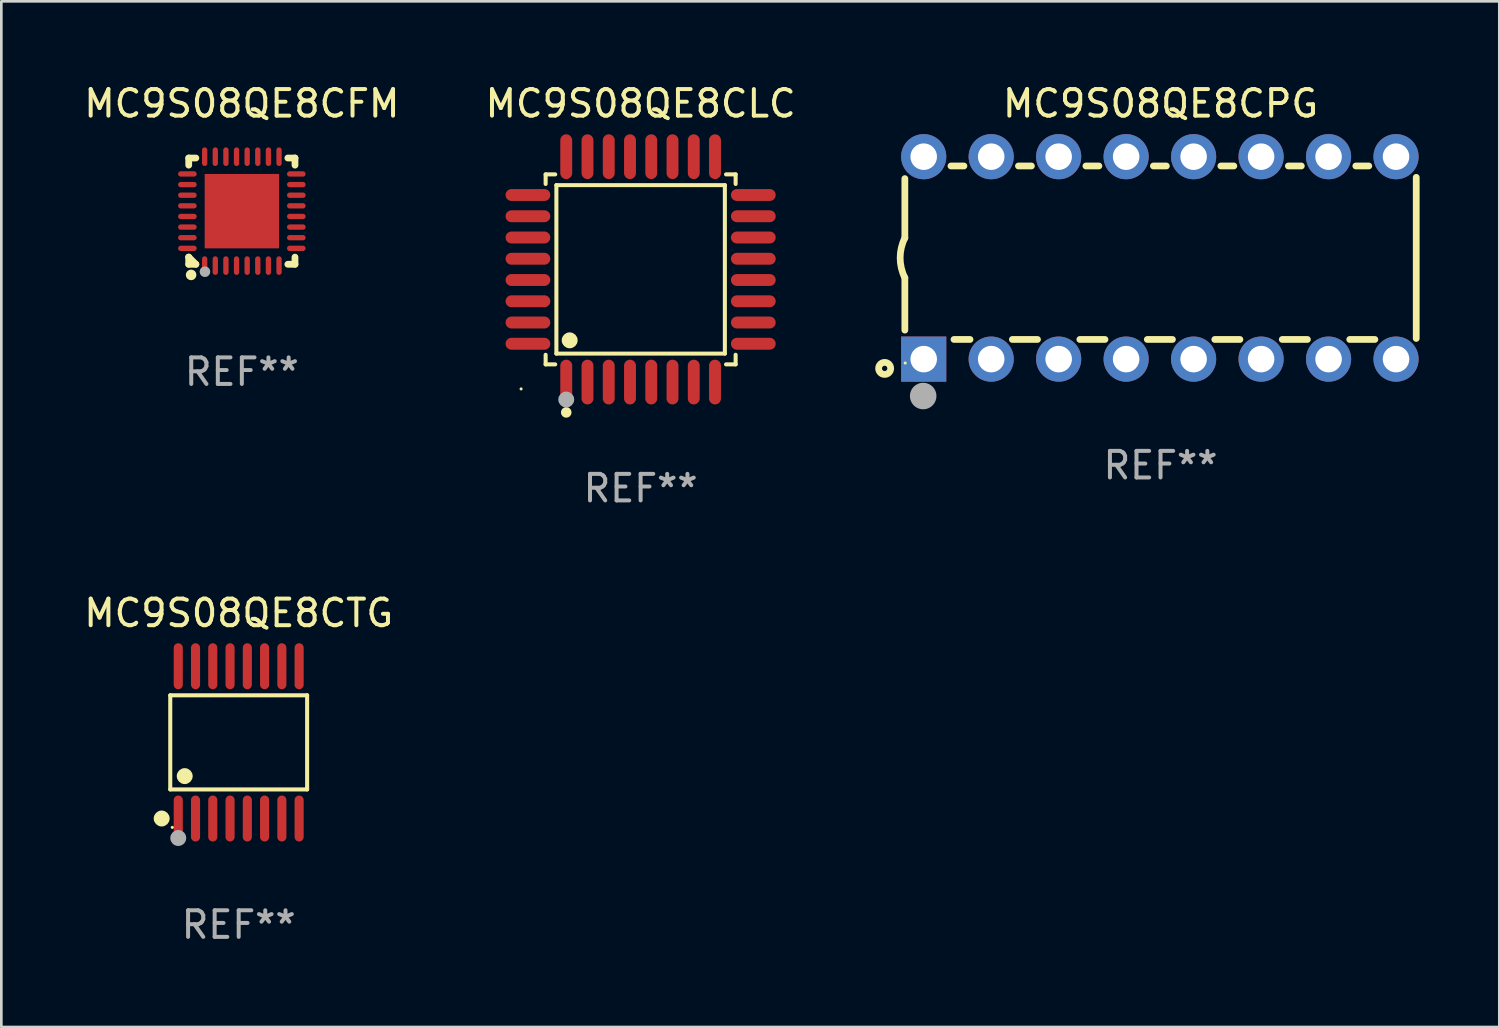
<source format=kicad_pcb>
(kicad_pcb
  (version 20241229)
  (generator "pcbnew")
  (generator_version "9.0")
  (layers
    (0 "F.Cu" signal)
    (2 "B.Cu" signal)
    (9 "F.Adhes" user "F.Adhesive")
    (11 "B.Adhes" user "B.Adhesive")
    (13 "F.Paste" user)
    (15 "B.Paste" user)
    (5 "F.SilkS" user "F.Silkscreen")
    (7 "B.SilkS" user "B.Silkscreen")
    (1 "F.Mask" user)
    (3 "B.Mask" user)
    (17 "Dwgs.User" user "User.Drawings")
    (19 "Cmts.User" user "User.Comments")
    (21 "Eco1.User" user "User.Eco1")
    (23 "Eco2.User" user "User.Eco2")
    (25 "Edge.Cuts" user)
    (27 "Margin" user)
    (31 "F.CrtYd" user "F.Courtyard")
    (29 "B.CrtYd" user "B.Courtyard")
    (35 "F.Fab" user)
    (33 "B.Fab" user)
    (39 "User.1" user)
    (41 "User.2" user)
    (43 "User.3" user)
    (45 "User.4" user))
  (footprint "MC9S08QE8CFM"
    (layer "F.Cu")
    (at 6.054 4.898)
    (property "Reference" "MC9S08QE8CFM" (at 0 -4.05 0) (layer "F.SilkS") (effects (font (size 1 1) (thickness 0.15))))
    (attr through_hole)
    (fp_line (start -2 -2) (end -1.731 -2) (stroke (width 0.254) (type solid)) (layer "F.SilkS"))
    (fp_line (start -2 -1.731) (end -2 -2) (stroke (width 0.254) (type solid)) (layer "F.SilkS"))
    (fp_line (start -2 1.731) (end -2 1.731) (stroke (width 0.254) (type solid)) (layer "F.SilkS"))
    (fp_line (start -2 2) (end -2 1.731) (stroke (width 0.254) (type solid)) (layer "F.SilkS"))
    (fp_line (start -2 1.731) (end -1.731 2) (stroke (width 0.254) (type solid)) (layer "F.SilkS"))
    (fp_line (start -1.731 2) (end -2 2) (stroke (width 0.254) (type solid)) (layer "F.SilkS"))
    (fp_line (start 1.731 -2) (end 2 -2) (stroke (width 0.254) (type solid)) (layer "F.SilkS"))
    (fp_line (start 2 -2) (end 2 -1.731) (stroke (width 0.254) (type solid)) (layer "F.SilkS"))
    (fp_line (start 2 1.731) (end 2 2) (stroke (width 0.254) (type solid)) (layer "F.SilkS"))
    (fp_line (start 2 2) (end 1.731 2) (stroke (width 0.254) (type solid)) (layer "F.SilkS"))
    (fp_circle (center -2 2) (end -1.97 2) (stroke (width 0.06) (type solid)) (fill no) (layer "F.SilkS"))
    (fp_circle (center -1.91 2.4) (end -1.81 2.4) (stroke (width 0.2) (type solid)) (fill no) (layer "F.SilkS"))
    (fp_circle (center -1.39 2.28) (end -1.29 2.28) (stroke (width 0.2) (type solid)) (fill no) (layer "F.Fab"))
    (fp_text user "REF**" (at 0 6.05 0) (layer "F.Fab") (effects (font (size 1 1) (thickness 0.15))))
    (pad "1" smd oval (at -1.4 2.05) (size 0.2 0.7) (layers "F.Cu" "F.Mask" "F.Paste"))
    (pad "2" smd oval (at -1 2.05) (size 0.2 0.7) (layers "F.Cu" "F.Mask" "F.Paste"))
    (pad "3" smd oval (at -0.6 2.05) (size 0.2 0.7) (layers "F.Cu" "F.Mask" "F.Paste"))
    (pad "4" smd oval (at -0.2 2.05) (size 0.2 0.7) (layers "F.Cu" "F.Mask" "F.Paste"))
    (pad "5" smd oval (at 0.2 2.05) (size 0.2 0.7) (layers "F.Cu" "F.Mask" "F.Paste"))
    (pad "6" smd oval (at 0.6 2.05) (size 0.2 0.7) (layers "F.Cu" "F.Mask" "F.Paste"))
    (pad "7" smd oval (at 1 2.05) (size 0.2 0.7) (layers "F.Cu" "F.Mask" "F.Paste"))
    (pad "8" smd oval (at 1.4 2.05) (size 0.2 0.7) (layers "F.Cu" "F.Mask" "F.Paste"))
    (pad "9" smd oval (at 2.05 1.4) (size 0.7 0.2) (layers "F.Cu" "F.Mask" "F.Paste"))
    (pad "10" smd oval (at 2.05 1) (size 0.7 0.2) (layers "F.Cu" "F.Mask" "F.Paste"))
    (pad "11" smd oval (at 2.05 0.6) (size 0.7 0.2) (layers "F.Cu" "F.Mask" "F.Paste"))
    (pad "12" smd oval (at 2.05 0.2) (size 0.7 0.2) (layers "F.Cu" "F.Mask" "F.Paste"))
    (pad "13" smd oval (at 2.05 -0.2) (size 0.7 0.2) (layers "F.Cu" "F.Mask" "F.Paste"))
    (pad "14" smd oval (at 2.05 -0.6) (size 0.7 0.2) (layers "F.Cu" "F.Mask" "F.Paste"))
    (pad "15" smd oval (at 2.05 -1) (size 0.7 0.2) (layers "F.Cu" "F.Mask" "F.Paste"))
    (pad "16" smd oval (at 2.05 -1.4) (size 0.7 0.2) (layers "F.Cu" "F.Mask" "F.Paste"))
    (pad "17" smd oval (at 1.4 -2.05) (size 0.2 0.7) (layers "F.Cu" "F.Mask" "F.Paste"))
    (pad "18" smd oval (at 1 -2.05) (size 0.2 0.7) (layers "F.Cu" "F.Mask" "F.Paste"))
    (pad "19" smd oval (at 0.6 -2.05) (size 0.2 0.7) (layers "F.Cu" "F.Mask" "F.Paste"))
    (pad "20" smd oval (at 0.2 -2.05) (size 0.2 0.7) (layers "F.Cu" "F.Mask" "F.Paste"))
    (pad "21" smd oval (at -0.2 -2.05) (size 0.2 0.7) (layers "F.Cu" "F.Mask" "F.Paste"))
    (pad "22" smd oval (at -0.6 -2.05) (size 0.2 0.7) (layers "F.Cu" "F.Mask" "F.Paste"))
    (pad "23" smd oval (at -1 -2.05) (size 0.2 0.7) (layers "F.Cu" "F.Mask" "F.Paste"))
    (pad "24" smd oval (at -1.4 -2.05) (size 0.2 0.7) (layers "F.Cu" "F.Mask" "F.Paste"))
    (pad "25" smd oval (at -2.05 -1.4) (size 0.7 0.2) (layers "F.Cu" "F.Mask" "F.Paste"))
    (pad "26" smd oval (at -2.05 -1) (size 0.7 0.2) (layers "F.Cu" "F.Mask" "F.Paste"))
    (pad "27" smd oval (at -2.05 -0.6) (size 0.7 0.2) (layers "F.Cu" "F.Mask" "F.Paste"))
    (pad "28" smd oval (at -2.05 -0.2) (size 0.7 0.2) (layers "F.Cu" "F.Mask" "F.Paste"))
    (pad "29" smd oval (at -2.05 0.2) (size 0.7 0.2) (layers "F.Cu" "F.Mask" "F.Paste"))
    (pad "30" smd oval (at -2.05 0.6) (size 0.7 0.2) (layers "F.Cu" "F.Mask" "F.Paste"))
    (pad "31" smd oval (at -2.05 1) (size 0.7 0.2) (layers "F.Cu" "F.Mask" "F.Paste"))
    (pad "32" smd oval (at -2.05 1.4) (size 0.7 0.2) (layers "F.Cu" "F.Mask" "F.Paste"))
    (pad "33" smd rect (at 0.000254 0.000254) (size 2.8 2.8) (layers "F.Cu" "F.Mask" "F.Paste")))
  (footprint "MC9S08QE8CPG"
    (layer "F.Cu")
    (at 40.636 6.658)
    (property "Reference" "MC9S08QE8CPG" (at 0 -5.81 0) (layer "F.SilkS") (effects (font (size 1 1) (thickness 0.15))))
    (attr through_hole)
    (fp_line (start -9.625 -0.75) (end -9.625 -2.985) (stroke (width 0.254) (type solid)) (layer "F.SilkS"))
    (fp_line (start -9.625 0.749) (end -9.625 2.719) (stroke (width 0.254) (type solid)) (layer "F.SilkS"))
    (fp_line (start -7.889 -3.46) (end -7.401 -3.46) (stroke (width 0.254) (type solid)) (layer "F.SilkS"))
    (fp_line (start -7.775 3.07) (end -7.172 3.07) (stroke (width 0.254) (type solid)) (layer "F.SilkS"))
    (fp_line (start -5.578 3.07) (end -4.632 3.07) (stroke (width 0.254) (type solid)) (layer "F.SilkS"))
    (fp_line (start -5.349 -3.46) (end -4.861 -3.46) (stroke (width 0.254) (type solid)) (layer "F.SilkS"))
    (fp_line (start -3.038 3.07) (end -2.092 3.07) (stroke (width 0.254) (type solid)) (layer "F.SilkS"))
    (fp_line (start -2.809 -3.46) (end -2.321 -3.46) (stroke (width 0.254) (type solid)) (layer "F.SilkS"))
    (fp_line (start -0.498 3.07) (end 0.448 3.07) (stroke (width 0.254) (type solid)) (layer "F.SilkS"))
    (fp_line (start -0.269 -3.46) (end 0.219 -3.46) (stroke (width 0.254) (type solid)) (layer "F.SilkS"))
    (fp_line (start 2.042 3.07) (end 2.988 3.07) (stroke (width 0.254) (type solid)) (layer "F.SilkS"))
    (fp_line (start 2.271 -3.46) (end 2.759 -3.46) (stroke (width 0.254) (type solid)) (layer "F.SilkS"))
    (fp_line (start 4.582 3.07) (end 5.528 3.07) (stroke (width 0.254) (type solid)) (layer "F.SilkS"))
    (fp_line (start 4.811 -3.46) (end 5.299 -3.46) (stroke (width 0.254) (type solid)) (layer "F.SilkS"))
    (fp_line (start 7.122 3.07) (end 8.068 3.07) (stroke (width 0.254) (type solid)) (layer "F.SilkS"))
    (fp_line (start 7.351 -3.46) (end 7.839 -3.46) (stroke (width 0.254) (type solid)) (layer "F.SilkS"))
    (fp_line (start 9.625 3.032) (end 9.625 -3.032) (stroke (width 0.254) (type solid)) (layer "F.SilkS"))
    (fp_arc (start -9.62498 0.748819) (mid -9.801899 -0.000581) (end -9.625006 -0.749987) (stroke (width 0.254001) (type solid)) (layer "F.SilkS"))
    (fp_circle (center -10.385 4.16) (end -10.285 4.16) (stroke (width 0.254) (type solid)) (fill no) (layer "F.SilkS"))
    (fp_circle (center -9.612 3.957) (end -9.582 3.957) (stroke (width 0.06) (type solid)) (fill no) (layer "F.SilkS"))
    (fp_circle (center -8.935 5.2) (end -8.685 5.2) (stroke (width 0.5) (type solid)) (fill no) (layer "F.Fab"))
    (fp_text user "REF**" (at 0 7.81 0) (layer "F.Fab") (effects (font (size 1 1) (thickness 0.15))))
    (pad "1" thru_hole rect (at -8.915 3.81) (size 1.7 1.7) (drill 1) (layers "*.Cu" "*.Mask"))
    (pad "2" thru_hole circle (at -6.375 3.81) (size 1.7 1.7) (drill 1) (layers "*.Cu" "*.Mask"))
    (pad "3" thru_hole circle (at -3.835 3.81) (size 1.7 1.7) (drill 1) (layers "*.Cu" "*.Mask"))
    (pad "4" thru_hole circle (at -1.295 3.81) (size 1.7 1.7) (drill 1) (layers "*.Cu" "*.Mask"))
    (pad "5" thru_hole circle (at 1.245 3.81) (size 1.7 1.7) (drill 1) (layers "*.Cu" "*.Mask"))
    (pad "6" thru_hole circle (at 3.785 3.81) (size 1.7 1.7) (drill 1) (layers "*.Cu" "*.Mask"))
    (pad "7" thru_hole circle (at 6.325 3.81) (size 1.7 1.7) (drill 1) (layers "*.Cu" "*.Mask"))
    (pad "8" thru_hole circle (at 8.865 3.81) (size 1.7 1.7) (drill 1) (layers "*.Cu" "*.Mask"))
    (pad "9" thru_hole circle (at 8.865 -3.81) (size 1.7 1.7) (drill 1) (layers "*.Cu" "*.Mask"))
    (pad "10" thru_hole circle (at 6.325 -3.81) (size 1.7 1.7) (drill 1) (layers "*.Cu" "*.Mask"))
    (pad "11" thru_hole circle (at 3.785 -3.81) (size 1.7 1.7) (drill 1) (layers "*.Cu" "*.Mask"))
    (pad "12" thru_hole circle (at 1.245 -3.81) (size 1.7 1.7) (drill 1) (layers "*.Cu" "*.Mask"))
    (pad "13" thru_hole circle (at -1.295 -3.81) (size 1.7 1.7) (drill 1) (layers "*.Cu" "*.Mask"))
    (pad "14" thru_hole circle (at -3.835 -3.81) (size 1.7 1.7) (drill 1) (layers "*.Cu" "*.Mask"))
    (pad "15" thru_hole circle (at -6.375 -3.81) (size 1.7 1.7) (drill 1) (layers "*.Cu" "*.Mask"))
    (pad "16" thru_hole circle (at -8.915 -3.81) (size 1.7 1.7) (drill 1) (layers "*.Cu" "*.Mask")))
  (footprint "MC9S08QE8CLC"
    (layer "F.Cu")
    (at 21.065 7.09)
    (property "Reference" "MC9S08QE8CLC" (at 0 -6.242 0) (layer "F.SilkS") (effects (font (size 1 1) (thickness 0.15))))
    (attr through_hole)
    (fp_line (start -3.576 -3.576) (end -3.215 -3.576) (stroke (width 0.152) (type solid)) (layer "F.SilkS"))
    (fp_line (start -3.576 -3.215) (end -3.576 -3.576) (stroke (width 0.152) (type solid)) (layer "F.SilkS"))
    (fp_line (start -3.576 3.215) (end -3.576 3.576) (stroke (width 0.152) (type solid)) (layer "F.SilkS"))
    (fp_line (start -3.576 3.576) (end -3.215 3.576) (stroke (width 0.152) (type solid)) (layer "F.SilkS"))
    (fp_line (start -3.171 -3.171) (end 3.171 -3.171) (stroke (width 0.152) (type solid)) (layer "F.SilkS"))
    (fp_line (start -3.171 3.171) (end -3.171 -3.171) (stroke (width 0.152) (type solid)) (layer "F.SilkS"))
    (fp_line (start 3.171 -3.171) (end 3.171 3.171) (stroke (width 0.152) (type solid)) (layer "F.SilkS"))
    (fp_line (start 3.171 3.171) (end -3.171 3.171) (stroke (width 0.152) (type solid)) (layer "F.SilkS"))
    (fp_line (start 3.576 -3.576) (end 3.215 -3.576) (stroke (width 0.152) (type solid)) (layer "F.SilkS"))
    (fp_line (start 3.576 -3.215) (end 3.576 -3.576) (stroke (width 0.152) (type solid)) (layer "F.SilkS"))
    (fp_line (start 3.576 3.215) (end 3.576 3.576) (stroke (width 0.152) (type solid)) (layer "F.SilkS"))
    (fp_line (start 3.576 3.576) (end 3.215 3.576) (stroke (width 0.152) (type solid)) (layer "F.SilkS"))
    (fp_circle (center -4.5 4.5) (end -4.47 4.5) (stroke (width 0.06) (type solid)) (fill no) (layer "F.SilkS"))
    (fp_circle (center -2.8 5.384) (end -2.7 5.384) (stroke (width 0.2) (type solid)) (fill no) (layer "F.SilkS"))
    (fp_circle (center -2.671 2.671) (end -2.521 2.671) (stroke (width 0.3) (type solid)) (fill no) (layer "F.SilkS"))
    (fp_circle (center -2.8 4.9) (end -2.65 4.9) (stroke (width 0.3) (type solid)) (fill no) (layer "F.Fab"))
    (fp_text user "REF**" (at 0 8.242 0) (layer "F.Fab") (effects (font (size 1 1) (thickness 0.15))))
    (pad "1" smd oval (at -2.8 4.242) (size 0.448 1.684) (layers "F.Cu" "F.Mask" "F.Paste"))
    (pad "2" smd oval (at -2 4.242) (size 0.448 1.684) (layers "F.Cu" "F.Mask" "F.Paste"))
    (pad "3" smd oval (at -1.2 4.242) (size 0.448 1.684) (layers "F.Cu" "F.Mask" "F.Paste"))
    (pad "4" smd oval (at -0.4 4.242) (size 0.448 1.684) (layers "F.Cu" "F.Mask" "F.Paste"))
    (pad "5" smd oval (at 0.4 4.242) (size 0.448 1.684) (layers "F.Cu" "F.Mask" "F.Paste"))
    (pad "6" smd oval (at 1.2 4.242) (size 0.448 1.684) (layers "F.Cu" "F.Mask" "F.Paste"))
    (pad "7" smd oval (at 2 4.242) (size 0.448 1.684) (layers "F.Cu" "F.Mask" "F.Paste"))
    (pad "8" smd oval (at 2.8 4.242) (size 0.448 1.684) (layers "F.Cu" "F.Mask" "F.Paste"))
    (pad "9" smd oval (at 4.242 2.8) (size 1.684 0.448) (layers "F.Cu" "F.Mask" "F.Paste"))
    (pad "10" smd oval (at 4.242 2) (size 1.684 0.448) (layers "F.Cu" "F.Mask" "F.Paste"))
    (pad "11" smd oval (at 4.242 1.2) (size 1.684 0.448) (layers "F.Cu" "F.Mask" "F.Paste"))
    (pad "12" smd oval (at 4.242 0.4) (size 1.684 0.448) (layers "F.Cu" "F.Mask" "F.Paste"))
    (pad "13" smd oval (at 4.242 -0.4) (size 1.684 0.448) (layers "F.Cu" "F.Mask" "F.Paste"))
    (pad "14" smd oval (at 4.242 -1.2) (size 1.684 0.448) (layers "F.Cu" "F.Mask" "F.Paste"))
    (pad "15" smd oval (at 4.242 -2) (size 1.684 0.448) (layers "F.Cu" "F.Mask" "F.Paste"))
    (pad "16" smd oval (at 4.242 -2.8) (size 1.684 0.448) (layers "F.Cu" "F.Mask" "F.Paste"))
    (pad "17" smd oval (at 2.8 -4.242) (size 0.448 1.684) (layers "F.Cu" "F.Mask" "F.Paste"))
    (pad "18" smd oval (at 2 -4.242) (size 0.448 1.684) (layers "F.Cu" "F.Mask" "F.Paste"))
    (pad "19" smd oval (at 1.2 -4.242) (size 0.448 1.684) (layers "F.Cu" "F.Mask" "F.Paste"))
    (pad "20" smd oval (at 0.4 -4.242) (size 0.448 1.684) (layers "F.Cu" "F.Mask" "F.Paste"))
    (pad "21" smd oval (at -0.4 -4.242) (size 0.448 1.684) (layers "F.Cu" "F.Mask" "F.Paste"))
    (pad "22" smd oval (at -1.2 -4.242) (size 0.448 1.684) (layers "F.Cu" "F.Mask" "F.Paste"))
    (pad "23" smd oval (at -2 -4.242) (size 0.448 1.684) (layers "F.Cu" "F.Mask" "F.Paste"))
    (pad "24" smd oval (at -2.8 -4.242) (size 0.448 1.684) (layers "F.Cu" "F.Mask" "F.Paste"))
    (pad "25" smd oval (at -4.242 -2.8) (size 1.684 0.448) (layers "F.Cu" "F.Mask" "F.Paste"))
    (pad "26" smd oval (at -4.242 -2) (size 1.684 0.448) (layers "F.Cu" "F.Mask" "F.Paste"))
    (pad "27" smd oval (at -4.242 -1.2) (size 1.684 0.448) (layers "F.Cu" "F.Mask" "F.Paste"))
    (pad "28" smd oval (at -4.242 -0.4) (size 1.684 0.448) (layers "F.Cu" "F.Mask" "F.Paste"))
    (pad "29" smd oval (at -4.242 0.4) (size 1.684 0.448) (layers "F.Cu" "F.Mask" "F.Paste"))
    (pad "30" smd oval (at -4.242 1.2) (size 1.684 0.448) (layers "F.Cu" "F.Mask" "F.Paste"))
    (pad "31" smd oval (at -4.242 2) (size 1.684 0.448) (layers "F.Cu" "F.Mask" "F.Paste"))
    (pad "32" smd oval (at -4.242 2.8) (size 1.684 0.448) (layers "F.Cu" "F.Mask" "F.Paste")))
  (footprint "MC9S08QE8CTG"
    (layer "F.Cu")
    (at 5.935 24.895)
    (property "Reference" "MC9S08QE8CTG" (at 0 -4.866 0) (layer "F.SilkS") (effects (font (size 1 1) (thickness 0.15))))
    (attr through_hole)
    (fp_line (start -2.576 -1.772) (end 2.576 -1.772) (stroke (width 0.152) (type solid)) (layer "F.SilkS"))
    (fp_line (start -2.576 1.771) (end -2.576 -1.772) (stroke (width 0.152) (type solid)) (layer "F.SilkS"))
    (fp_line (start 2.576 -1.772) (end 2.576 1.771) (stroke (width 0.152) (type solid)) (layer "F.SilkS"))
    (fp_line (start 2.576 1.771) (end -2.576 1.771) (stroke (width 0.152) (type solid)) (layer "F.SilkS"))
    (fp_circle (center -2.899 2.866) (end -2.749 2.866) (stroke (width 0.3) (type solid)) (fill no) (layer "F.SilkS"))
    (fp_circle (center -2.5 3.2) (end -2.47 3.2) (stroke (width 0.06) (type solid)) (fill no) (layer "F.SilkS"))
    (fp_circle (center -2.032 1.27) (end -1.882 1.27) (stroke (width 0.3) (type solid)) (fill no) (layer "F.SilkS"))
    (fp_circle (center -2.275 3.6) (end -2.125 3.6) (stroke (width 0.3) (type solid)) (fill no) (layer "F.Fab"))
    (fp_text user "REF**" (at 0 6.866 0) (layer "F.Fab") (effects (font (size 1 1) (thickness 0.15))))
    (pad "1" smd oval (at -2.275 2.866) (size 0.343 1.731) (layers "F.Cu" "F.Mask" "F.Paste"))
    (pad "2" smd oval (at -1.625 2.866) (size 0.343 1.731) (layers "F.Cu" "F.Mask" "F.Paste"))
    (pad "3" smd oval (at -0.975 2.866) (size 0.343 1.731) (layers "F.Cu" "F.Mask" "F.Paste"))
    (pad "4" smd oval (at -0.325 2.866) (size 0.343 1.731) (layers "F.Cu" "F.Mask" "F.Paste"))
    (pad "5" smd oval (at 0.325 2.866) (size 0.343 1.731) (layers "F.Cu" "F.Mask" "F.Paste"))
    (pad "6" smd oval (at 0.975 2.866) (size 0.343 1.731) (layers "F.Cu" "F.Mask" "F.Paste"))
    (pad "7" smd oval (at 1.625 2.866) (size 0.343 1.731) (layers "F.Cu" "F.Mask" "F.Paste"))
    (pad "8" smd oval (at 2.275 2.866) (size 0.343 1.731) (layers "F.Cu" "F.Mask" "F.Paste"))
    (pad "9" smd oval (at 2.275 -2.866) (size 0.343 1.731) (layers "F.Cu" "F.Mask" "F.Paste"))
    (pad "10" smd oval (at 1.625 -2.866) (size 0.343 1.731) (layers "F.Cu" "F.Mask" "F.Paste"))
    (pad "11" smd oval (at 0.975 -2.866) (size 0.343 1.731) (layers "F.Cu" "F.Mask" "F.Paste"))
    (pad "12" smd oval (at 0.325 -2.866) (size 0.343 1.731) (layers "F.Cu" "F.Mask" "F.Paste"))
    (pad "13" smd oval (at -0.325 -2.866) (size 0.343 1.731) (layers "F.Cu" "F.Mask" "F.Paste"))
    (pad "14" smd oval (at -0.975 -2.866) (size 0.343 1.731) (layers "F.Cu" "F.Mask" "F.Paste"))
    (pad "15" smd oval (at -1.625 -2.866) (size 0.343 1.731) (layers "F.Cu" "F.Mask" "F.Paste"))
    (pad "16" smd oval (at -2.275 -2.866) (size 0.343 1.731) (layers "F.Cu" "F.Mask" "F.Paste")))
  (gr_rect
    (start -3 -3)
    (end 53.388 35.609)
    (stroke (width 0.1) (type default))
    (fill no)
    (layer "Edge.Cuts")))
</source>
